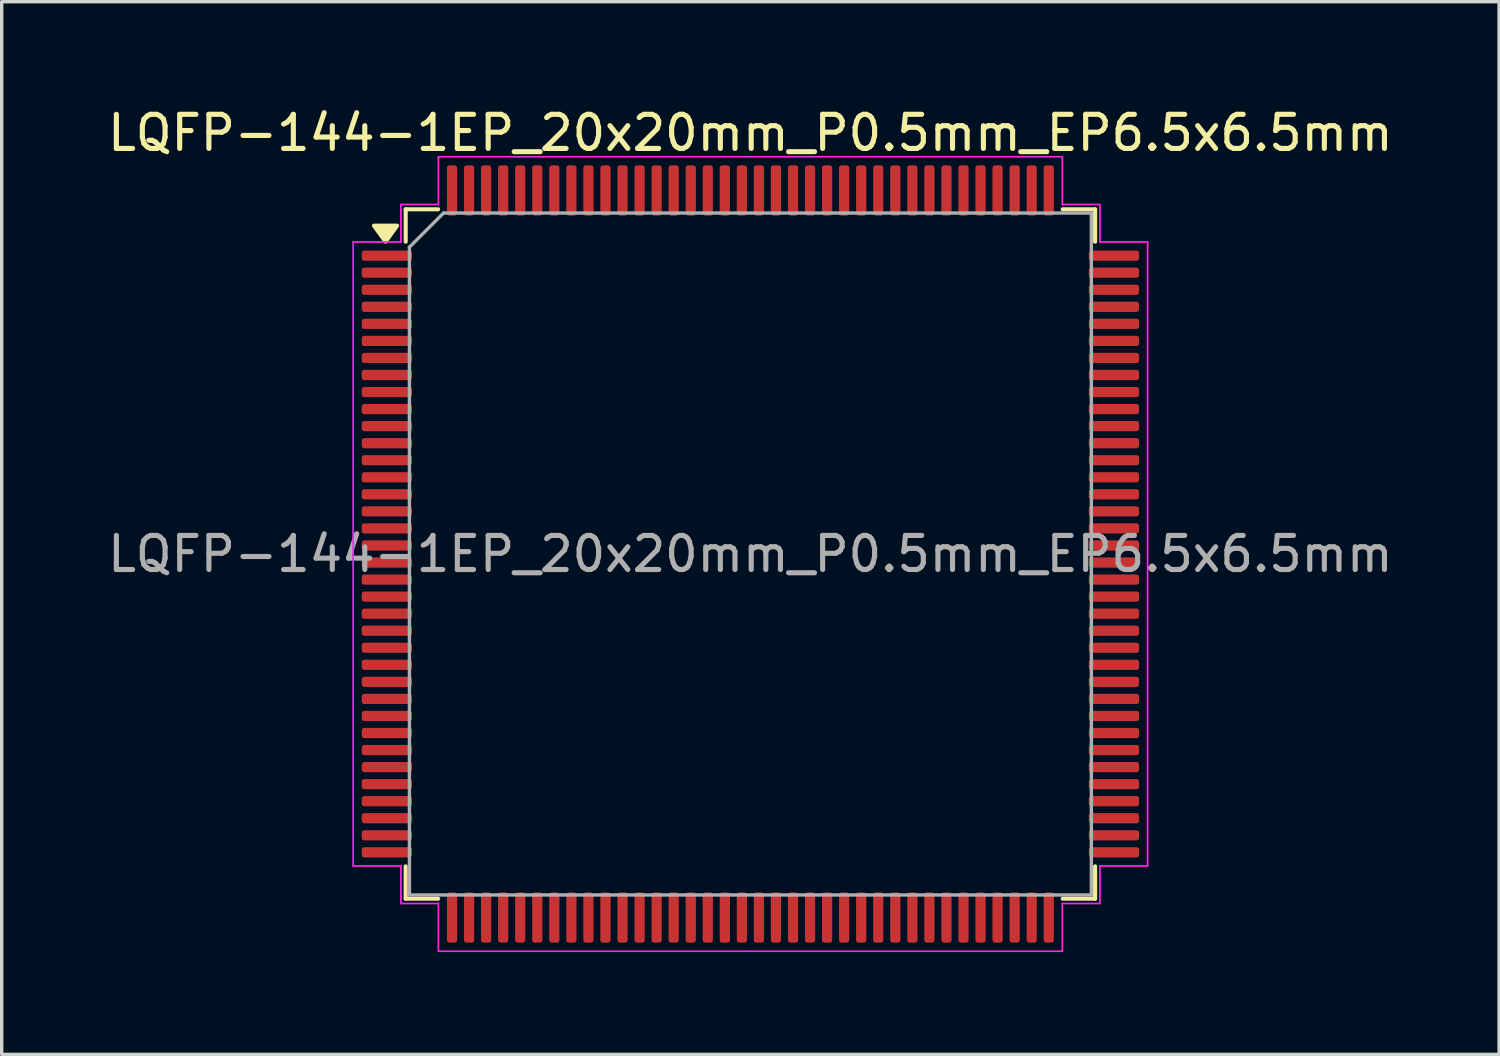
<source format=kicad_pcb>
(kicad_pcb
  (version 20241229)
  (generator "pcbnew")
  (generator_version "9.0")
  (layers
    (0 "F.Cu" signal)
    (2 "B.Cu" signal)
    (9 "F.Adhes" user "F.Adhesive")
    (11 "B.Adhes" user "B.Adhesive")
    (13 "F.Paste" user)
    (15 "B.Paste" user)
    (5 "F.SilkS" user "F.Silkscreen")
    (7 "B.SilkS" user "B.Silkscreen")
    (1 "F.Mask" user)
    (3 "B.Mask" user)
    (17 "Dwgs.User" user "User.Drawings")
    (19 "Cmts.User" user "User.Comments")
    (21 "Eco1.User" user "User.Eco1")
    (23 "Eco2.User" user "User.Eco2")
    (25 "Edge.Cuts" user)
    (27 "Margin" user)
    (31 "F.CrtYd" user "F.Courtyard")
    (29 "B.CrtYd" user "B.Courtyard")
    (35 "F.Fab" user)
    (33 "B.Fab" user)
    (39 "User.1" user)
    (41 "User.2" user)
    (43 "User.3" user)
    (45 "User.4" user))
  (footprint "LQFP-144-1EP_20x20mm_P0.5mm_EP6.5x6.5mm"
    (layer "F.Cu")
    (at 18.958 13.198)
    (property "Reference" "LQFP-144-1EP_20x20mm_P0.5mm_EP6.5x6.5mm" (at 0 -12.35 0) (layer "F.SilkS") (effects (font (size 1 1) (thickness 0.15))))
    (attr smd)
    (fp_line (start -10.11 -10.11) (end -10.11 -9.16) (stroke (width 0.12) (type solid)) (layer "F.SilkS"))
    (fp_line (start -10.11 10.11) (end -10.11 9.16) (stroke (width 0.12) (type solid)) (layer "F.SilkS"))
    (fp_line (start -9.16 -10.11) (end -10.11 -10.11) (stroke (width 0.12) (type solid)) (layer "F.SilkS"))
    (fp_line (start -9.16 10.11) (end -10.11 10.11) (stroke (width 0.12) (type solid)) (layer "F.SilkS"))
    (fp_line (start 9.16 -10.11) (end 10.11 -10.11) (stroke (width 0.12) (type solid)) (layer "F.SilkS"))
    (fp_line (start 9.16 10.11) (end 10.11 10.11) (stroke (width 0.12) (type solid)) (layer "F.SilkS"))
    (fp_line (start 10.11 -10.11) (end 10.11 -9.16) (stroke (width 0.12) (type solid)) (layer "F.SilkS"))
    (fp_line (start 10.11 10.11) (end 10.11 9.16) (stroke (width 0.12) (type solid)) (layer "F.SilkS"))
    (fp_poly (pts (xy -10.7 -9.16) (xy -11.04 -9.63) (xy -10.36 -9.63) (xy -10.7 -9.16)) (stroke (width 0.12) (type solid)) (fill yes) (layer "F.SilkS"))
    (fp_line (start -11.65 -9.15) (end -11.65 0) (stroke (width 0.05) (type solid)) (layer "F.CrtYd"))
    (fp_line (start -11.65 9.15) (end -11.65 0) (stroke (width 0.05) (type solid)) (layer "F.CrtYd"))
    (fp_line (start -10.25 -10.25) (end -10.25 -9.15) (stroke (width 0.05) (type solid)) (layer "F.CrtYd"))
    (fp_line (start -10.25 -9.15) (end -11.65 -9.15) (stroke (width 0.05) (type solid)) (layer "F.CrtYd"))
    (fp_line (start -10.25 9.15) (end -11.65 9.15) (stroke (width 0.05) (type solid)) (layer "F.CrtYd"))
    (fp_line (start -10.25 10.25) (end -10.25 9.15) (stroke (width 0.05) (type solid)) (layer "F.CrtYd"))
    (fp_line (start -9.15 -11.65) (end -9.15 -10.25) (stroke (width 0.05) (type solid)) (layer "F.CrtYd"))
    (fp_line (start -9.15 -10.25) (end -10.25 -10.25) (stroke (width 0.05) (type solid)) (layer "F.CrtYd"))
    (fp_line (start -9.15 10.25) (end -10.25 10.25) (stroke (width 0.05) (type solid)) (layer "F.CrtYd"))
    (fp_line (start -9.15 11.65) (end -9.15 10.25) (stroke (width 0.05) (type solid)) (layer "F.CrtYd"))
    (fp_line (start 0 -11.65) (end -9.15 -11.65) (stroke (width 0.05) (type solid)) (layer "F.CrtYd"))
    (fp_line (start 0 -11.65) (end 9.15 -11.65) (stroke (width 0.05) (type solid)) (layer "F.CrtYd"))
    (fp_line (start 0 11.65) (end -9.15 11.65) (stroke (width 0.05) (type solid)) (layer "F.CrtYd"))
    (fp_line (start 0 11.65) (end 9.15 11.65) (stroke (width 0.05) (type solid)) (layer "F.CrtYd"))
    (fp_line (start 9.15 -11.65) (end 9.15 -10.25) (stroke (width 0.05) (type solid)) (layer "F.CrtYd"))
    (fp_line (start 9.15 -10.25) (end 10.25 -10.25) (stroke (width 0.05) (type solid)) (layer "F.CrtYd"))
    (fp_line (start 9.15 10.25) (end 10.25 10.25) (stroke (width 0.05) (type solid)) (layer "F.CrtYd"))
    (fp_line (start 9.15 11.65) (end 9.15 10.25) (stroke (width 0.05) (type solid)) (layer "F.CrtYd"))
    (fp_line (start 10.25 -10.25) (end 10.25 -9.15) (stroke (width 0.05) (type solid)) (layer "F.CrtYd"))
    (fp_line (start 10.25 -9.15) (end 11.65 -9.15) (stroke (width 0.05) (type solid)) (layer "F.CrtYd"))
    (fp_line (start 10.25 9.15) (end 11.65 9.15) (stroke (width 0.05) (type solid)) (layer "F.CrtYd"))
    (fp_line (start 10.25 10.25) (end 10.25 9.15) (stroke (width 0.05) (type solid)) (layer "F.CrtYd"))
    (fp_line (start 11.65 -9.15) (end 11.65 0) (stroke (width 0.05) (type solid)) (layer "F.CrtYd"))
    (fp_line (start 11.65 9.15) (end 11.65 0) (stroke (width 0.05) (type solid)) (layer "F.CrtYd"))
    (fp_line (start -10 -9) (end -9 -10) (stroke (width 0.1) (type solid)) (layer "F.Fab"))
    (fp_line (start -10 10) (end -10 -9) (stroke (width 0.1) (type solid)) (layer "F.Fab"))
    (fp_line (start -9 -10) (end 10 -10) (stroke (width 0.1) (type solid)) (layer "F.Fab"))
    (fp_line (start 10 -10) (end 10 10) (stroke (width 0.1) (type solid)) (layer "F.Fab"))
    (fp_line (start 10 10) (end -10 10) (stroke (width 0.1) (type solid)) (layer "F.Fab"))
    (fp_text user "${REFERENCE}" (at 0 0 0) (layer "F.Fab") (effects (font (size 1 1) (thickness 0.15))))
    (pad "1" smd roundrect (at -10.662 -8.75) (size 1.475 0.3) (layers "F.Cu" "F.Mask" "F.Paste") (roundrect_rratio 0.25))
    (pad "2" smd roundrect (at -10.662 -8.25) (size 1.475 0.3) (layers "F.Cu" "F.Mask" "F.Paste") (roundrect_rratio 0.25))
    (pad "3" smd roundrect (at -10.662 -7.75) (size 1.475 0.3) (layers "F.Cu" "F.Mask" "F.Paste") (roundrect_rratio 0.25))
    (pad "4" smd roundrect (at -10.662 -7.25) (size 1.475 0.3) (layers "F.Cu" "F.Mask" "F.Paste") (roundrect_rratio 0.25))
    (pad "5" smd roundrect (at -10.662 -6.75) (size 1.475 0.3) (layers "F.Cu" "F.Mask" "F.Paste") (roundrect_rratio 0.25))
    (pad "6" smd roundrect (at -10.662 -6.25) (size 1.475 0.3) (layers "F.Cu" "F.Mask" "F.Paste") (roundrect_rratio 0.25))
    (pad "7" smd roundrect (at -10.662 -5.75) (size 1.475 0.3) (layers "F.Cu" "F.Mask" "F.Paste") (roundrect_rratio 0.25))
    (pad "8" smd roundrect (at -10.662 -5.25) (size 1.475 0.3) (layers "F.Cu" "F.Mask" "F.Paste") (roundrect_rratio 0.25))
    (pad "9" smd roundrect (at -10.662 -4.75) (size 1.475 0.3) (layers "F.Cu" "F.Mask" "F.Paste") (roundrect_rratio 0.25))
    (pad "10" smd roundrect (at -10.662 -4.25) (size 1.475 0.3) (layers "F.Cu" "F.Mask" "F.Paste") (roundrect_rratio 0.25))
    (pad "11" smd roundrect (at -10.662 -3.75) (size 1.475 0.3) (layers "F.Cu" "F.Mask" "F.Paste") (roundrect_rratio 0.25))
    (pad "12" smd roundrect (at -10.662 -3.25) (size 1.475 0.3) (layers "F.Cu" "F.Mask" "F.Paste") (roundrect_rratio 0.25))
    (pad "13" smd roundrect (at -10.662 -2.75) (size 1.475 0.3) (layers "F.Cu" "F.Mask" "F.Paste") (roundrect_rratio 0.25))
    (pad "14" smd roundrect (at -10.662 -2.25) (size 1.475 0.3) (layers "F.Cu" "F.Mask" "F.Paste") (roundrect_rratio 0.25))
    (pad "15" smd roundrect (at -10.662 -1.75) (size 1.475 0.3) (layers "F.Cu" "F.Mask" "F.Paste") (roundrect_rratio 0.25))
    (pad "16" smd roundrect (at -10.662 -1.25) (size 1.475 0.3) (layers "F.Cu" "F.Mask" "F.Paste") (roundrect_rratio 0.25))
    (pad "17" smd roundrect (at -10.662 -0.75) (size 1.475 0.3) (layers "F.Cu" "F.Mask" "F.Paste") (roundrect_rratio 0.25))
    (pad "18" smd roundrect (at -10.662 -0.25) (size 1.475 0.3) (layers "F.Cu" "F.Mask" "F.Paste") (roundrect_rratio 0.25))
    (pad "19" smd roundrect (at -10.662 0.25) (size 1.475 0.3) (layers "F.Cu" "F.Mask" "F.Paste") (roundrect_rratio 0.25))
    (pad "20" smd roundrect (at -10.662 0.75) (size 1.475 0.3) (layers "F.Cu" "F.Mask" "F.Paste") (roundrect_rratio 0.25))
    (pad "21" smd roundrect (at -10.662 1.25) (size 1.475 0.3) (layers "F.Cu" "F.Mask" "F.Paste") (roundrect_rratio 0.25))
    (pad "22" smd roundrect (at -10.662 1.75) (size 1.475 0.3) (layers "F.Cu" "F.Mask" "F.Paste") (roundrect_rratio 0.25))
    (pad "23" smd roundrect (at -10.662 2.25) (size 1.475 0.3) (layers "F.Cu" "F.Mask" "F.Paste") (roundrect_rratio 0.25))
    (pad "24" smd roundrect (at -10.662 2.75) (size 1.475 0.3) (layers "F.Cu" "F.Mask" "F.Paste") (roundrect_rratio 0.25))
    (pad "25" smd roundrect (at -10.662 3.25) (size 1.475 0.3) (layers "F.Cu" "F.Mask" "F.Paste") (roundrect_rratio 0.25))
    (pad "26" smd roundrect (at -10.662 3.75) (size 1.475 0.3) (layers "F.Cu" "F.Mask" "F.Paste") (roundrect_rratio 0.25))
    (pad "27" smd roundrect (at -10.662 4.25) (size 1.475 0.3) (layers "F.Cu" "F.Mask" "F.Paste") (roundrect_rratio 0.25))
    (pad "28" smd roundrect (at -10.662 4.75) (size 1.475 0.3) (layers "F.Cu" "F.Mask" "F.Paste") (roundrect_rratio 0.25))
    (pad "29" smd roundrect (at -10.662 5.25) (size 1.475 0.3) (layers "F.Cu" "F.Mask" "F.Paste") (roundrect_rratio 0.25))
    (pad "30" smd roundrect (at -10.662 5.75) (size 1.475 0.3) (layers "F.Cu" "F.Mask" "F.Paste") (roundrect_rratio 0.25))
    (pad "31" smd roundrect (at -10.662 6.25) (size 1.475 0.3) (layers "F.Cu" "F.Mask" "F.Paste") (roundrect_rratio 0.25))
    (pad "32" smd roundrect (at -10.662 6.75) (size 1.475 0.3) (layers "F.Cu" "F.Mask" "F.Paste") (roundrect_rratio 0.25))
    (pad "33" smd roundrect (at -10.662 7.25) (size 1.475 0.3) (layers "F.Cu" "F.Mask" "F.Paste") (roundrect_rratio 0.25))
    (pad "34" smd roundrect (at -10.662 7.75) (size 1.475 0.3) (layers "F.Cu" "F.Mask" "F.Paste") (roundrect_rratio 0.25))
    (pad "35" smd roundrect (at -10.662 8.25) (size 1.475 0.3) (layers "F.Cu" "F.Mask" "F.Paste") (roundrect_rratio 0.25))
    (pad "36" smd roundrect (at -10.662 8.75) (size 1.475 0.3) (layers "F.Cu" "F.Mask" "F.Paste") (roundrect_rratio 0.25))
    (pad "37" smd roundrect (at -8.75 10.662) (size 0.3 1.475) (layers "F.Cu" "F.Mask" "F.Paste") (roundrect_rratio 0.25))
    (pad "38" smd roundrect (at -8.25 10.662) (size 0.3 1.475) (layers "F.Cu" "F.Mask" "F.Paste") (roundrect_rratio 0.25))
    (pad "39" smd roundrect (at -7.75 10.662) (size 0.3 1.475) (layers "F.Cu" "F.Mask" "F.Paste") (roundrect_rratio 0.25))
    (pad "40" smd roundrect (at -7.25 10.662) (size 0.3 1.475) (layers "F.Cu" "F.Mask" "F.Paste") (roundrect_rratio 0.25))
    (pad "41" smd roundrect (at -6.75 10.662) (size 0.3 1.475) (layers "F.Cu" "F.Mask" "F.Paste") (roundrect_rratio 0.25))
    (pad "42" smd roundrect (at -6.25 10.662) (size 0.3 1.475) (layers "F.Cu" "F.Mask" "F.Paste") (roundrect_rratio 0.25))
    (pad "43" smd roundrect (at -5.75 10.662) (size 0.3 1.475) (layers "F.Cu" "F.Mask" "F.Paste") (roundrect_rratio 0.25))
    (pad "44" smd roundrect (at -5.25 10.662) (size 0.3 1.475) (layers "F.Cu" "F.Mask" "F.Paste") (roundrect_rratio 0.25))
    (pad "45" smd roundrect (at -4.75 10.662) (size 0.3 1.475) (layers "F.Cu" "F.Mask" "F.Paste") (roundrect_rratio 0.25))
    (pad "46" smd roundrect (at -4.25 10.662) (size 0.3 1.475) (layers "F.Cu" "F.Mask" "F.Paste") (roundrect_rratio 0.25))
    (pad "47" smd roundrect (at -3.75 10.662) (size 0.3 1.475) (layers "F.Cu" "F.Mask" "F.Paste") (roundrect_rratio 0.25))
    (pad "48" smd roundrect (at -3.25 10.662) (size 0.3 1.475) (layers "F.Cu" "F.Mask" "F.Paste") (roundrect_rratio 0.25))
    (pad "49" smd roundrect (at -2.75 10.662) (size 0.3 1.475) (layers "F.Cu" "F.Mask" "F.Paste") (roundrect_rratio 0.25))
    (pad "50" smd roundrect (at -2.25 10.662) (size 0.3 1.475) (layers "F.Cu" "F.Mask" "F.Paste") (roundrect_rratio 0.25))
    (pad "51" smd roundrect (at -1.75 10.662) (size 0.3 1.475) (layers "F.Cu" "F.Mask" "F.Paste") (roundrect_rratio 0.25))
    (pad "52" smd roundrect (at -1.25 10.662) (size 0.3 1.475) (layers "F.Cu" "F.Mask" "F.Paste") (roundrect_rratio 0.25))
    (pad "53" smd roundrect (at -0.75 10.662) (size 0.3 1.475) (layers "F.Cu" "F.Mask" "F.Paste") (roundrect_rratio 0.25))
    (pad "54" smd roundrect (at -0.25 10.662) (size 0.3 1.475) (layers "F.Cu" "F.Mask" "F.Paste") (roundrect_rratio 0.25))
    (pad "55" smd roundrect (at 0.25 10.662) (size 0.3 1.475) (layers "F.Cu" "F.Mask" "F.Paste") (roundrect_rratio 0.25))
    (pad "56" smd roundrect (at 0.75 10.662) (size 0.3 1.475) (layers "F.Cu" "F.Mask" "F.Paste") (roundrect_rratio 0.25))
    (pad "57" smd roundrect (at 1.25 10.662) (size 0.3 1.475) (layers "F.Cu" "F.Mask" "F.Paste") (roundrect_rratio 0.25))
    (pad "58" smd roundrect (at 1.75 10.662) (size 0.3 1.475) (layers "F.Cu" "F.Mask" "F.Paste") (roundrect_rratio 0.25))
    (pad "59" smd roundrect (at 2.25 10.662) (size 0.3 1.475) (layers "F.Cu" "F.Mask" "F.Paste") (roundrect_rratio 0.25))
    (pad "60" smd roundrect (at 2.75 10.662) (size 0.3 1.475) (layers "F.Cu" "F.Mask" "F.Paste") (roundrect_rratio 0.25))
    (pad "61" smd roundrect (at 3.25 10.662) (size 0.3 1.475) (layers "F.Cu" "F.Mask" "F.Paste") (roundrect_rratio 0.25))
    (pad "62" smd roundrect (at 3.75 10.662) (size 0.3 1.475) (layers "F.Cu" "F.Mask" "F.Paste") (roundrect_rratio 0.25))
    (pad "63" smd roundrect (at 4.25 10.662) (size 0.3 1.475) (layers "F.Cu" "F.Mask" "F.Paste") (roundrect_rratio 0.25))
    (pad "64" smd roundrect (at 4.75 10.662) (size 0.3 1.475) (layers "F.Cu" "F.Mask" "F.Paste") (roundrect_rratio 0.25))
    (pad "65" smd roundrect (at 5.25 10.662) (size 0.3 1.475) (layers "F.Cu" "F.Mask" "F.Paste") (roundrect_rratio 0.25))
    (pad "66" smd roundrect (at 5.75 10.662) (size 0.3 1.475) (layers "F.Cu" "F.Mask" "F.Paste") (roundrect_rratio 0.25))
    (pad "67" smd roundrect (at 6.25 10.662) (size 0.3 1.475) (layers "F.Cu" "F.Mask" "F.Paste") (roundrect_rratio 0.25))
    (pad "68" smd roundrect (at 6.75 10.662) (size 0.3 1.475) (layers "F.Cu" "F.Mask" "F.Paste") (roundrect_rratio 0.25))
    (pad "69" smd roundrect (at 7.25 10.662) (size 0.3 1.475) (layers "F.Cu" "F.Mask" "F.Paste") (roundrect_rratio 0.25))
    (pad "70" smd roundrect (at 7.75 10.662) (size 0.3 1.475) (layers "F.Cu" "F.Mask" "F.Paste") (roundrect_rratio 0.25))
    (pad "71" smd roundrect (at 8.25 10.662) (size 0.3 1.475) (layers "F.Cu" "F.Mask" "F.Paste") (roundrect_rratio 0.25))
    (pad "72" smd roundrect (at 8.75 10.662) (size 0.3 1.475) (layers "F.Cu" "F.Mask" "F.Paste") (roundrect_rratio 0.25))
    (pad "73" smd roundrect (at 10.662 8.75) (size 1.475 0.3) (layers "F.Cu" "F.Mask" "F.Paste") (roundrect_rratio 0.25))
    (pad "74" smd roundrect (at 10.662 8.25) (size 1.475 0.3) (layers "F.Cu" "F.Mask" "F.Paste") (roundrect_rratio 0.25))
    (pad "75" smd roundrect (at 10.662 7.75) (size 1.475 0.3) (layers "F.Cu" "F.Mask" "F.Paste") (roundrect_rratio 0.25))
    (pad "76" smd roundrect (at 10.662 7.25) (size 1.475 0.3) (layers "F.Cu" "F.Mask" "F.Paste") (roundrect_rratio 0.25))
    (pad "77" smd roundrect (at 10.662 6.75) (size 1.475 0.3) (layers "F.Cu" "F.Mask" "F.Paste") (roundrect_rratio 0.25))
    (pad "78" smd roundrect (at 10.662 6.25) (size 1.475 0.3) (layers "F.Cu" "F.Mask" "F.Paste") (roundrect_rratio 0.25))
    (pad "79" smd roundrect (at 10.662 5.75) (size 1.475 0.3) (layers "F.Cu" "F.Mask" "F.Paste") (roundrect_rratio 0.25))
    (pad "80" smd roundrect (at 10.662 5.25) (size 1.475 0.3) (layers "F.Cu" "F.Mask" "F.Paste") (roundrect_rratio 0.25))
    (pad "81" smd roundrect (at 10.662 4.75) (size 1.475 0.3) (layers "F.Cu" "F.Mask" "F.Paste") (roundrect_rratio 0.25))
    (pad "82" smd roundrect (at 10.662 4.25) (size 1.475 0.3) (layers "F.Cu" "F.Mask" "F.Paste") (roundrect_rratio 0.25))
    (pad "83" smd roundrect (at 10.662 3.75) (size 1.475 0.3) (layers "F.Cu" "F.Mask" "F.Paste") (roundrect_rratio 0.25))
    (pad "84" smd roundrect (at 10.662 3.25) (size 1.475 0.3) (layers "F.Cu" "F.Mask" "F.Paste") (roundrect_rratio 0.25))
    (pad "85" smd roundrect (at 10.662 2.75) (size 1.475 0.3) (layers "F.Cu" "F.Mask" "F.Paste") (roundrect_rratio 0.25))
    (pad "86" smd roundrect (at 10.662 2.25) (size 1.475 0.3) (layers "F.Cu" "F.Mask" "F.Paste") (roundrect_rratio 0.25))
    (pad "87" smd roundrect (at 10.662 1.75) (size 1.475 0.3) (layers "F.Cu" "F.Mask" "F.Paste") (roundrect_rratio 0.25))
    (pad "88" smd roundrect (at 10.662 1.25) (size 1.475 0.3) (layers "F.Cu" "F.Mask" "F.Paste") (roundrect_rratio 0.25))
    (pad "89" smd roundrect (at 10.662 0.75) (size 1.475 0.3) (layers "F.Cu" "F.Mask" "F.Paste") (roundrect_rratio 0.25))
    (pad "90" smd roundrect (at 10.662 0.25) (size 1.475 0.3) (layers "F.Cu" "F.Mask" "F.Paste") (roundrect_rratio 0.25))
    (pad "91" smd roundrect (at 10.662 -0.25) (size 1.475 0.3) (layers "F.Cu" "F.Mask" "F.Paste") (roundrect_rratio 0.25))
    (pad "92" smd roundrect (at 10.662 -0.75) (size 1.475 0.3) (layers "F.Cu" "F.Mask" "F.Paste") (roundrect_rratio 0.25))
    (pad "93" smd roundrect (at 10.662 -1.25) (size 1.475 0.3) (layers "F.Cu" "F.Mask" "F.Paste") (roundrect_rratio 0.25))
    (pad "94" smd roundrect (at 10.662 -1.75) (size 1.475 0.3) (layers "F.Cu" "F.Mask" "F.Paste") (roundrect_rratio 0.25))
    (pad "95" smd roundrect (at 10.662 -2.25) (size 1.475 0.3) (layers "F.Cu" "F.Mask" "F.Paste") (roundrect_rratio 0.25))
    (pad "96" smd roundrect (at 10.662 -2.75) (size 1.475 0.3) (layers "F.Cu" "F.Mask" "F.Paste") (roundrect_rratio 0.25))
    (pad "97" smd roundrect (at 10.662 -3.25) (size 1.475 0.3) (layers "F.Cu" "F.Mask" "F.Paste") (roundrect_rratio 0.25))
    (pad "98" smd roundrect (at 10.662 -3.75) (size 1.475 0.3) (layers "F.Cu" "F.Mask" "F.Paste") (roundrect_rratio 0.25))
    (pad "99" smd roundrect (at 10.662 -4.25) (size 1.475 0.3) (layers "F.Cu" "F.Mask" "F.Paste") (roundrect_rratio 0.25))
    (pad "100" smd roundrect (at 10.662 -4.75) (size 1.475 0.3) (layers "F.Cu" "F.Mask" "F.Paste") (roundrect_rratio 0.25))
    (pad "101" smd roundrect (at 10.662 -5.25) (size 1.475 0.3) (layers "F.Cu" "F.Mask" "F.Paste") (roundrect_rratio 0.25))
    (pad "102" smd roundrect (at 10.662 -5.75) (size 1.475 0.3) (layers "F.Cu" "F.Mask" "F.Paste") (roundrect_rratio 0.25))
    (pad "103" smd roundrect (at 10.662 -6.25) (size 1.475 0.3) (layers "F.Cu" "F.Mask" "F.Paste") (roundrect_rratio 0.25))
    (pad "104" smd roundrect (at 10.662 -6.75) (size 1.475 0.3) (layers "F.Cu" "F.Mask" "F.Paste") (roundrect_rratio 0.25))
    (pad "105" smd roundrect (at 10.662 -7.25) (size 1.475 0.3) (layers "F.Cu" "F.Mask" "F.Paste") (roundrect_rratio 0.25))
    (pad "106" smd roundrect (at 10.662 -7.75) (size 1.475 0.3) (layers "F.Cu" "F.Mask" "F.Paste") (roundrect_rratio 0.25))
    (pad "107" smd roundrect (at 10.662 -8.25) (size 1.475 0.3) (layers "F.Cu" "F.Mask" "F.Paste") (roundrect_rratio 0.25))
    (pad "108" smd roundrect (at 10.662 -8.75) (size 1.475 0.3) (layers "F.Cu" "F.Mask" "F.Paste") (roundrect_rratio 0.25))
    (pad "109" smd roundrect (at 8.75 -10.662) (size 0.3 1.475) (layers "F.Cu" "F.Mask" "F.Paste") (roundrect_rratio 0.25))
    (pad "110" smd roundrect (at 8.25 -10.662) (size 0.3 1.475) (layers "F.Cu" "F.Mask" "F.Paste") (roundrect_rratio 0.25))
    (pad "111" smd roundrect (at 7.75 -10.662) (size 0.3 1.475) (layers "F.Cu" "F.Mask" "F.Paste") (roundrect_rratio 0.25))
    (pad "112" smd roundrect (at 7.25 -10.662) (size 0.3 1.475) (layers "F.Cu" "F.Mask" "F.Paste") (roundrect_rratio 0.25))
    (pad "113" smd roundrect (at 6.75 -10.662) (size 0.3 1.475) (layers "F.Cu" "F.Mask" "F.Paste") (roundrect_rratio 0.25))
    (pad "114" smd roundrect (at 6.25 -10.662) (size 0.3 1.475) (layers "F.Cu" "F.Mask" "F.Paste") (roundrect_rratio 0.25))
    (pad "115" smd roundrect (at 5.75 -10.662) (size 0.3 1.475) (layers "F.Cu" "F.Mask" "F.Paste") (roundrect_rratio 0.25))
    (pad "116" smd roundrect (at 5.25 -10.662) (size 0.3 1.475) (layers "F.Cu" "F.Mask" "F.Paste") (roundrect_rratio 0.25))
    (pad "117" smd roundrect (at 4.75 -10.662) (size 0.3 1.475) (layers "F.Cu" "F.Mask" "F.Paste") (roundrect_rratio 0.25))
    (pad "118" smd roundrect (at 4.25 -10.662) (size 0.3 1.475) (layers "F.Cu" "F.Mask" "F.Paste") (roundrect_rratio 0.25))
    (pad "119" smd roundrect (at 3.75 -10.662) (size 0.3 1.475) (layers "F.Cu" "F.Mask" "F.Paste") (roundrect_rratio 0.25))
    (pad "120" smd roundrect (at 3.25 -10.662) (size 0.3 1.475) (layers "F.Cu" "F.Mask" "F.Paste") (roundrect_rratio 0.25))
    (pad "121" smd roundrect (at 2.75 -10.662) (size 0.3 1.475) (layers "F.Cu" "F.Mask" "F.Paste") (roundrect_rratio 0.25))
    (pad "122" smd roundrect (at 2.25 -10.662) (size 0.3 1.475) (layers "F.Cu" "F.Mask" "F.Paste") (roundrect_rratio 0.25))
    (pad "123" smd roundrect (at 1.75 -10.662) (size 0.3 1.475) (layers "F.Cu" "F.Mask" "F.Paste") (roundrect_rratio 0.25))
    (pad "124" smd roundrect (at 1.25 -10.662) (size 0.3 1.475) (layers "F.Cu" "F.Mask" "F.Paste") (roundrect_rratio 0.25))
    (pad "125" smd roundrect (at 0.75 -10.662) (size 0.3 1.475) (layers "F.Cu" "F.Mask" "F.Paste") (roundrect_rratio 0.25))
    (pad "126" smd roundrect (at 0.25 -10.662) (size 0.3 1.475) (layers "F.Cu" "F.Mask" "F.Paste") (roundrect_rratio 0.25))
    (pad "127" smd roundrect (at -0.25 -10.662) (size 0.3 1.475) (layers "F.Cu" "F.Mask" "F.Paste") (roundrect_rratio 0.25))
    (pad "128" smd roundrect (at -0.75 -10.662) (size 0.3 1.475) (layers "F.Cu" "F.Mask" "F.Paste") (roundrect_rratio 0.25))
    (pad "129" smd roundrect (at -1.25 -10.662) (size 0.3 1.475) (layers "F.Cu" "F.Mask" "F.Paste") (roundrect_rratio 0.25))
    (pad "130" smd roundrect (at -1.75 -10.662) (size 0.3 1.475) (layers "F.Cu" "F.Mask" "F.Paste") (roundrect_rratio 0.25))
    (pad "131" smd roundrect (at -2.25 -10.662) (size 0.3 1.475) (layers "F.Cu" "F.Mask" "F.Paste") (roundrect_rratio 0.25))
    (pad "132" smd roundrect (at -2.75 -10.662) (size 0.3 1.475) (layers "F.Cu" "F.Mask" "F.Paste") (roundrect_rratio 0.25))
    (pad "133" smd roundrect (at -3.25 -10.662) (size 0.3 1.475) (layers "F.Cu" "F.Mask" "F.Paste") (roundrect_rratio 0.25))
    (pad "134" smd roundrect (at -3.75 -10.662) (size 0.3 1.475) (layers "F.Cu" "F.Mask" "F.Paste") (roundrect_rratio 0.25))
    (pad "135" smd roundrect (at -4.25 -10.662) (size 0.3 1.475) (layers "F.Cu" "F.Mask" "F.Paste") (roundrect_rratio 0.25))
    (pad "136" smd roundrect (at -4.75 -10.662) (size 0.3 1.475) (layers "F.Cu" "F.Mask" "F.Paste") (roundrect_rratio 0.25))
    (pad "137" smd roundrect (at -5.25 -10.662) (size 0.3 1.475) (layers "F.Cu" "F.Mask" "F.Paste") (roundrect_rratio 0.25))
    (pad "138" smd roundrect (at -5.75 -10.662) (size 0.3 1.475) (layers "F.Cu" "F.Mask" "F.Paste") (roundrect_rratio 0.25))
    (pad "139" smd roundrect (at -6.25 -10.662) (size 0.3 1.475) (layers "F.Cu" "F.Mask" "F.Paste") (roundrect_rratio 0.25))
    (pad "140" smd roundrect (at -6.75 -10.662) (size 0.3 1.475) (layers "F.Cu" "F.Mask" "F.Paste") (roundrect_rratio 0.25))
    (pad "141" smd roundrect (at -7.25 -10.662) (size 0.3 1.475) (layers "F.Cu" "F.Mask" "F.Paste") (roundrect_rratio 0.25))
    (pad "142" smd roundrect (at -7.75 -10.662) (size 0.3 1.475) (layers "F.Cu" "F.Mask" "F.Paste") (roundrect_rratio 0.25))
    (pad "143" smd roundrect (at -8.25 -10.662) (size 0.3 1.475) (layers "F.Cu" "F.Mask" "F.Paste") (roundrect_rratio 0.25))
    (pad "144" smd roundrect (at -8.75 -10.662) (size 0.3 1.475) (layers "F.Cu" "F.Mask" "F.Paste") (roundrect_rratio 0.25)))
  (gr_rect
    (start -3 -3)
    (end 40.917 27.873)
    (stroke (width 0.1) (type default))
    (fill no)
    (layer "Edge.Cuts")))
</source>
